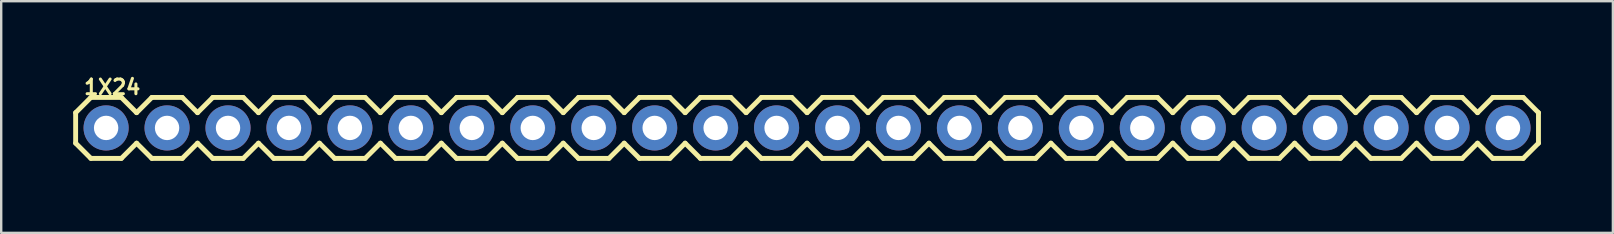
<source format=kicad_pcb>
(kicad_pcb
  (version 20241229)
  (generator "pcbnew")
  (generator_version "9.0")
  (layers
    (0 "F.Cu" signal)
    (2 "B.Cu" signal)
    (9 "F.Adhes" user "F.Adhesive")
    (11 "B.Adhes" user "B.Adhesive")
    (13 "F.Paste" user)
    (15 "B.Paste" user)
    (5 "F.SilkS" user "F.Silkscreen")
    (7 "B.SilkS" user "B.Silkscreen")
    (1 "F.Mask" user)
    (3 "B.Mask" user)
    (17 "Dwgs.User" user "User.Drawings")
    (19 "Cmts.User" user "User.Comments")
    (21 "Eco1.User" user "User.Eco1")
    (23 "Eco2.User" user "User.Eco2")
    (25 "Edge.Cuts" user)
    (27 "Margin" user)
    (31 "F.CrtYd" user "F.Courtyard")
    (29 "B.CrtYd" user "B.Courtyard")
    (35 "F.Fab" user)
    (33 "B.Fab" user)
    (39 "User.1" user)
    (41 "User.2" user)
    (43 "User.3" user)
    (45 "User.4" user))
  (footprint "1X24"
    (layer "F.Cu")
    (at 28.042 2.281)
    (property "Reference" "1X24" (at -26.416 -1.702 0) (layer "F.SilkS") (effects (font (size 0.61 0.61) (thickness 0.127))))
    (attr exclude_from_pos_files exclude_from_bom)
    (fp_line (start -27.94 -0.635) (end -27.94 0.635) (stroke (width 0.203) (type solid)) (layer "F.SilkS"))
    (fp_line (start -27.94 -0.635) (end -27.305 -1.27) (stroke (width 0.203) (type solid)) (layer "F.SilkS"))
    (fp_line (start -27.305 -1.27) (end -26.035 -1.27) (stroke (width 0.203) (type solid)) (layer "F.SilkS"))
    (fp_line (start -27.305 1.27) (end -27.94 0.635) (stroke (width 0.203) (type solid)) (layer "F.SilkS"))
    (fp_line (start -26.035 -1.27) (end -25.4 -0.635) (stroke (width 0.203) (type solid)) (layer "F.SilkS"))
    (fp_line (start -26.035 1.27) (end -27.305 1.27) (stroke (width 0.203) (type solid)) (layer "F.SilkS"))
    (fp_line (start -25.4 -0.635) (end -24.765 -1.27) (stroke (width 0.203) (type solid)) (layer "F.SilkS"))
    (fp_line (start -25.4 0.635) (end -26.035 1.27) (stroke (width 0.203) (type solid)) (layer "F.SilkS"))
    (fp_line (start -24.765 -1.27) (end -23.495 -1.27) (stroke (width 0.203) (type solid)) (layer "F.SilkS"))
    (fp_line (start -24.765 1.27) (end -25.4 0.635) (stroke (width 0.203) (type solid)) (layer "F.SilkS"))
    (fp_line (start -23.495 -1.27) (end -22.86 -0.635) (stroke (width 0.203) (type solid)) (layer "F.SilkS"))
    (fp_line (start -23.495 1.27) (end -24.765 1.27) (stroke (width 0.203) (type solid)) (layer "F.SilkS"))
    (fp_line (start -22.86 0.635) (end -23.495 1.27) (stroke (width 0.203) (type solid)) (layer "F.SilkS"))
    (fp_line (start -22.86 0.635) (end -22.225 1.27) (stroke (width 0.203) (type solid)) (layer "F.SilkS"))
    (fp_line (start -22.225 -1.27) (end -22.86 -0.635) (stroke (width 0.203) (type solid)) (layer "F.SilkS"))
    (fp_line (start -22.225 -1.27) (end -20.955 -1.27) (stroke (width 0.203) (type solid)) (layer "F.SilkS"))
    (fp_line (start -20.955 -1.27) (end -20.32 -0.635) (stroke (width 0.203) (type solid)) (layer "F.SilkS"))
    (fp_line (start -20.955 1.27) (end -22.225 1.27) (stroke (width 0.203) (type solid)) (layer "F.SilkS"))
    (fp_line (start -20.32 -0.635) (end -19.685 -1.27) (stroke (width 0.203) (type solid)) (layer "F.SilkS"))
    (fp_line (start -20.32 0.635) (end -20.955 1.27) (stroke (width 0.203) (type solid)) (layer "F.SilkS"))
    (fp_line (start -19.685 -1.27) (end -18.415 -1.27) (stroke (width 0.203) (type solid)) (layer "F.SilkS"))
    (fp_line (start -19.685 1.27) (end -20.32 0.635) (stroke (width 0.203) (type solid)) (layer "F.SilkS"))
    (fp_line (start -18.415 -1.27) (end -17.78 -0.635) (stroke (width 0.203) (type solid)) (layer "F.SilkS"))
    (fp_line (start -18.415 1.27) (end -19.685 1.27) (stroke (width 0.203) (type solid)) (layer "F.SilkS"))
    (fp_line (start -17.78 -0.635) (end -17.145 -1.27) (stroke (width 0.203) (type solid)) (layer "F.SilkS"))
    (fp_line (start -17.78 0.635) (end -18.415 1.27) (stroke (width 0.203) (type solid)) (layer "F.SilkS"))
    (fp_line (start -17.145 -1.27) (end -15.875 -1.27) (stroke (width 0.203) (type solid)) (layer "F.SilkS"))
    (fp_line (start -17.145 1.27) (end -17.78 0.635) (stroke (width 0.203) (type solid)) (layer "F.SilkS"))
    (fp_line (start -15.875 -1.27) (end -15.24 -0.635) (stroke (width 0.203) (type solid)) (layer "F.SilkS"))
    (fp_line (start -15.875 1.27) (end -17.145 1.27) (stroke (width 0.203) (type solid)) (layer "F.SilkS"))
    (fp_line (start -15.24 0.635) (end -15.875 1.27) (stroke (width 0.203) (type solid)) (layer "F.SilkS"))
    (fp_line (start -15.24 0.635) (end -14.605 1.27) (stroke (width 0.203) (type solid)) (layer "F.SilkS"))
    (fp_line (start -14.605 -1.27) (end -15.24 -0.635) (stroke (width 0.203) (type solid)) (layer "F.SilkS"))
    (fp_line (start -14.605 -1.27) (end -13.335 -1.27) (stroke (width 0.203) (type solid)) (layer "F.SilkS"))
    (fp_line (start -13.335 -1.27) (end -12.7 -0.635) (stroke (width 0.203) (type solid)) (layer "F.SilkS"))
    (fp_line (start -13.335 1.27) (end -14.605 1.27) (stroke (width 0.203) (type solid)) (layer "F.SilkS"))
    (fp_line (start -12.7 0.635) (end -13.335 1.27) (stroke (width 0.203) (type solid)) (layer "F.SilkS"))
    (fp_line (start -12.7 0.635) (end -12.065 1.27) (stroke (width 0.203) (type solid)) (layer "F.SilkS"))
    (fp_line (start -12.065 -1.27) (end -12.7 -0.635) (stroke (width 0.203) (type solid)) (layer "F.SilkS"))
    (fp_line (start -12.065 -1.27) (end -10.795 -1.27) (stroke (width 0.203) (type solid)) (layer "F.SilkS"))
    (fp_line (start -10.795 -1.27) (end -10.16 -0.635) (stroke (width 0.203) (type solid)) (layer "F.SilkS"))
    (fp_line (start -10.795 1.27) (end -12.065 1.27) (stroke (width 0.203) (type solid)) (layer "F.SilkS"))
    (fp_line (start -10.16 -0.635) (end -9.525 -1.27) (stroke (width 0.203) (type solid)) (layer "F.SilkS"))
    (fp_line (start -10.16 0.635) (end -10.795 1.27) (stroke (width 0.203) (type solid)) (layer "F.SilkS"))
    (fp_line (start -9.525 -1.27) (end -8.255 -1.27) (stroke (width 0.203) (type solid)) (layer "F.SilkS"))
    (fp_line (start -9.525 1.27) (end -10.16 0.635) (stroke (width 0.203) (type solid)) (layer "F.SilkS"))
    (fp_line (start -8.255 -1.27) (end -7.62 -0.635) (stroke (width 0.203) (type solid)) (layer "F.SilkS"))
    (fp_line (start -8.255 1.27) (end -9.525 1.27) (stroke (width 0.203) (type solid)) (layer "F.SilkS"))
    (fp_line (start -7.62 -0.635) (end -6.985 -1.27) (stroke (width 0.203) (type solid)) (layer "F.SilkS"))
    (fp_line (start -7.62 0.635) (end -8.255 1.27) (stroke (width 0.203) (type solid)) (layer "F.SilkS"))
    (fp_line (start -6.985 -1.27) (end -5.715 -1.27) (stroke (width 0.203) (type solid)) (layer "F.SilkS"))
    (fp_line (start -6.985 1.27) (end -7.62 0.635) (stroke (width 0.203) (type solid)) (layer "F.SilkS"))
    (fp_line (start -5.715 -1.27) (end -5.08 -0.635) (stroke (width 0.203) (type solid)) (layer "F.SilkS"))
    (fp_line (start -5.715 1.27) (end -6.985 1.27) (stroke (width 0.203) (type solid)) (layer "F.SilkS"))
    (fp_line (start -5.08 0.635) (end -5.715 1.27) (stroke (width 0.203) (type solid)) (layer "F.SilkS"))
    (fp_line (start -5.08 0.635) (end -4.445 1.27) (stroke (width 0.203) (type solid)) (layer "F.SilkS"))
    (fp_line (start -4.445 -1.27) (end -5.08 -0.635) (stroke (width 0.203) (type solid)) (layer "F.SilkS"))
    (fp_line (start -4.445 -1.27) (end -3.175 -1.27) (stroke (width 0.203) (type solid)) (layer "F.SilkS"))
    (fp_line (start -3.175 -1.27) (end -2.54 -0.635) (stroke (width 0.203) (type solid)) (layer "F.SilkS"))
    (fp_line (start -3.175 1.27) (end -4.445 1.27) (stroke (width 0.203) (type solid)) (layer "F.SilkS"))
    (fp_line (start -2.54 -0.635) (end -1.905 -1.27) (stroke (width 0.203) (type solid)) (layer "F.SilkS"))
    (fp_line (start -2.54 0.635) (end -3.175 1.27) (stroke (width 0.203) (type solid)) (layer "F.SilkS"))
    (fp_line (start -1.905 -1.27) (end -0.635 -1.27) (stroke (width 0.203) (type solid)) (layer "F.SilkS"))
    (fp_line (start -1.905 1.27) (end -2.54 0.635) (stroke (width 0.203) (type solid)) (layer "F.SilkS"))
    (fp_line (start -0.635 -1.27) (end 0 -0.635) (stroke (width 0.203) (type solid)) (layer "F.SilkS"))
    (fp_line (start -0.635 1.27) (end -1.905 1.27) (stroke (width 0.203) (type solid)) (layer "F.SilkS"))
    (fp_line (start 0 -0.635) (end 0.635 -1.27) (stroke (width 0.203) (type solid)) (layer "F.SilkS"))
    (fp_line (start 0 0.635) (end -0.635 1.27) (stroke (width 0.203) (type solid)) (layer "F.SilkS"))
    (fp_line (start 0.635 -1.27) (end 1.905 -1.27) (stroke (width 0.203) (type solid)) (layer "F.SilkS"))
    (fp_line (start 0.635 1.27) (end 0 0.635) (stroke (width 0.203) (type solid)) (layer "F.SilkS"))
    (fp_line (start 1.905 -1.27) (end 2.54 -0.635) (stroke (width 0.203) (type solid)) (layer "F.SilkS"))
    (fp_line (start 1.905 1.27) (end 0.635 1.27) (stroke (width 0.203) (type solid)) (layer "F.SilkS"))
    (fp_line (start 2.54 0.635) (end 1.905 1.27) (stroke (width 0.203) (type solid)) (layer "F.SilkS"))
    (fp_line (start 2.54 0.635) (end 3.175 1.27) (stroke (width 0.203) (type solid)) (layer "F.SilkS"))
    (fp_line (start 3.175 -1.27) (end 2.54 -0.635) (stroke (width 0.203) (type solid)) (layer "F.SilkS"))
    (fp_line (start 3.175 -1.27) (end 4.445 -1.27) (stroke (width 0.203) (type solid)) (layer "F.SilkS"))
    (fp_line (start 4.445 -1.27) (end 5.08 -0.635) (stroke (width 0.203) (type solid)) (layer "F.SilkS"))
    (fp_line (start 4.445 1.27) (end 3.175 1.27) (stroke (width 0.203) (type solid)) (layer "F.SilkS"))
    (fp_line (start 5.08 0.635) (end 4.445 1.27) (stroke (width 0.203) (type solid)) (layer "F.SilkS"))
    (fp_line (start 5.08 0.635) (end 5.715 1.27) (stroke (width 0.203) (type solid)) (layer "F.SilkS"))
    (fp_line (start 5.715 -1.27) (end 5.08 -0.635) (stroke (width 0.203) (type solid)) (layer "F.SilkS"))
    (fp_line (start 5.715 -1.27) (end 6.985 -1.27) (stroke (width 0.203) (type solid)) (layer "F.SilkS"))
    (fp_line (start 6.985 -1.27) (end 7.62 -0.635) (stroke (width 0.203) (type solid)) (layer "F.SilkS"))
    (fp_line (start 6.985 1.27) (end 5.715 1.27) (stroke (width 0.203) (type solid)) (layer "F.SilkS"))
    (fp_line (start 7.62 0.635) (end 6.985 1.27) (stroke (width 0.203) (type solid)) (layer "F.SilkS"))
    (fp_line (start 7.62 0.635) (end 8.255 1.27) (stroke (width 0.203) (type solid)) (layer "F.SilkS"))
    (fp_line (start 8.255 -1.27) (end 7.62 -0.635) (stroke (width 0.203) (type solid)) (layer "F.SilkS"))
    (fp_line (start 8.255 -1.27) (end 9.525 -1.27) (stroke (width 0.203) (type solid)) (layer "F.SilkS"))
    (fp_line (start 9.525 -1.27) (end 10.16 -0.635) (stroke (width 0.203) (type solid)) (layer "F.SilkS"))
    (fp_line (start 9.525 1.27) (end 8.255 1.27) (stroke (width 0.203) (type solid)) (layer "F.SilkS"))
    (fp_line (start 10.16 0.635) (end 9.525 1.27) (stroke (width 0.203) (type solid)) (layer "F.SilkS"))
    (fp_line (start 10.16 0.635) (end 10.795 1.27) (stroke (width 0.203) (type solid)) (layer "F.SilkS"))
    (fp_line (start 10.795 -1.27) (end 10.16 -0.635) (stroke (width 0.203) (type solid)) (layer "F.SilkS"))
    (fp_line (start 10.795 -1.27) (end 12.065 -1.27) (stroke (width 0.203) (type solid)) (layer "F.SilkS"))
    (fp_line (start 12.065 -1.27) (end 12.7 -0.635) (stroke (width 0.203) (type solid)) (layer "F.SilkS"))
    (fp_line (start 12.065 1.27) (end 10.795 1.27) (stroke (width 0.203) (type solid)) (layer "F.SilkS"))
    (fp_line (start 12.7 0.635) (end 12.065 1.27) (stroke (width 0.203) (type solid)) (layer "F.SilkS"))
    (fp_line (start 12.7 0.635) (end 13.335 1.27) (stroke (width 0.203) (type solid)) (layer "F.SilkS"))
    (fp_line (start 13.335 -1.27) (end 12.7 -0.635) (stroke (width 0.203) (type solid)) (layer "F.SilkS"))
    (fp_line (start 13.335 -1.27) (end 14.605 -1.27) (stroke (width 0.203) (type solid)) (layer "F.SilkS"))
    (fp_line (start 14.605 -1.27) (end 15.24 -0.635) (stroke (width 0.203) (type solid)) (layer "F.SilkS"))
    (fp_line (start 14.605 1.27) (end 13.335 1.27) (stroke (width 0.203) (type solid)) (layer "F.SilkS"))
    (fp_line (start 15.24 0.635) (end 14.605 1.27) (stroke (width 0.203) (type solid)) (layer "F.SilkS"))
    (fp_line (start 15.24 0.635) (end 15.875 1.27) (stroke (width 0.203) (type solid)) (layer "F.SilkS"))
    (fp_line (start 15.875 -1.27) (end 15.24 -0.635) (stroke (width 0.203) (type solid)) (layer "F.SilkS"))
    (fp_line (start 15.875 -1.27) (end 17.145 -1.27) (stroke (width 0.203) (type solid)) (layer "F.SilkS"))
    (fp_line (start 17.145 -1.27) (end 17.78 -0.635) (stroke (width 0.203) (type solid)) (layer "F.SilkS"))
    (fp_line (start 17.145 1.27) (end 15.875 1.27) (stroke (width 0.203) (type solid)) (layer "F.SilkS"))
    (fp_line (start 17.78 0.635) (end 17.145 1.27) (stroke (width 0.203) (type solid)) (layer "F.SilkS"))
    (fp_line (start 17.78 0.635) (end 18.415 1.27) (stroke (width 0.203) (type solid)) (layer "F.SilkS"))
    (fp_line (start 18.415 -1.27) (end 17.78 -0.635) (stroke (width 0.203) (type solid)) (layer "F.SilkS"))
    (fp_line (start 18.415 -1.27) (end 19.685 -1.27) (stroke (width 0.203) (type solid)) (layer "F.SilkS"))
    (fp_line (start 19.685 -1.27) (end 20.32 -0.635) (stroke (width 0.203) (type solid)) (layer "F.SilkS"))
    (fp_line (start 19.685 1.27) (end 18.415 1.27) (stroke (width 0.203) (type solid)) (layer "F.SilkS"))
    (fp_line (start 20.32 0.635) (end 19.685 1.27) (stroke (width 0.203) (type solid)) (layer "F.SilkS"))
    (fp_line (start 20.32 0.635) (end 20.955 1.27) (stroke (width 0.203) (type solid)) (layer "F.SilkS"))
    (fp_line (start 20.955 -1.27) (end 20.32 -0.635) (stroke (width 0.203) (type solid)) (layer "F.SilkS"))
    (fp_line (start 20.955 -1.27) (end 22.225 -1.27) (stroke (width 0.203) (type solid)) (layer "F.SilkS"))
    (fp_line (start 22.225 -1.27) (end 22.86 -0.635) (stroke (width 0.203) (type solid)) (layer "F.SilkS"))
    (fp_line (start 22.225 1.27) (end 20.955 1.27) (stroke (width 0.203) (type solid)) (layer "F.SilkS"))
    (fp_line (start 22.86 0.635) (end 22.225 1.27) (stroke (width 0.203) (type solid)) (layer "F.SilkS"))
    (fp_line (start 22.86 0.635) (end 23.495 1.27) (stroke (width 0.203) (type solid)) (layer "F.SilkS"))
    (fp_line (start 23.495 -1.27) (end 22.86 -0.635) (stroke (width 0.203) (type solid)) (layer "F.SilkS"))
    (fp_line (start 23.495 -1.27) (end 24.765 -1.27) (stroke (width 0.203) (type solid)) (layer "F.SilkS"))
    (fp_line (start 24.765 -1.27) (end 25.4 -0.635) (stroke (width 0.203) (type solid)) (layer "F.SilkS"))
    (fp_line (start 24.765 1.27) (end 23.495 1.27) (stroke (width 0.203) (type solid)) (layer "F.SilkS"))
    (fp_line (start 25.4 0.635) (end 24.765 1.27) (stroke (width 0.203) (type solid)) (layer "F.SilkS"))
    (fp_line (start 25.4 0.635) (end 26.035 1.27) (stroke (width 0.203) (type solid)) (layer "F.SilkS"))
    (fp_line (start 26.035 -1.27) (end 25.4 -0.635) (stroke (width 0.203) (type solid)) (layer "F.SilkS"))
    (fp_line (start 26.035 -1.27) (end 27.305 -1.27) (stroke (width 0.203) (type solid)) (layer "F.SilkS"))
    (fp_line (start 27.305 -1.27) (end 27.94 -0.635) (stroke (width 0.203) (type solid)) (layer "F.SilkS"))
    (fp_line (start 27.305 1.27) (end 26.035 1.27) (stroke (width 0.203) (type solid)) (layer "F.SilkS"))
    (fp_line (start 27.94 0.635) (end 27.305 1.27) (stroke (width 0.203) (type solid)) (layer "F.SilkS"))
    (fp_line (start 27.94 0.635) (end 28.575 1.27) (stroke (width 0.203) (type solid)) (layer "F.SilkS"))
    (fp_line (start 28.575 -1.27) (end 27.94 -0.635) (stroke (width 0.203) (type solid)) (layer "F.SilkS"))
    (fp_line (start 28.575 -1.27) (end 29.845 -1.27) (stroke (width 0.203) (type solid)) (layer "F.SilkS"))
    (fp_line (start 29.845 -1.27) (end 30.48 -0.635) (stroke (width 0.203) (type solid)) (layer "F.SilkS"))
    (fp_line (start 29.845 1.27) (end 28.575 1.27) (stroke (width 0.203) (type solid)) (layer "F.SilkS"))
    (fp_line (start 30.48 0.635) (end 29.845 1.27) (stroke (width 0.203) (type solid)) (layer "F.SilkS"))
    (fp_line (start 30.48 0.635) (end 31.115 1.27) (stroke (width 0.203) (type solid)) (layer "F.SilkS"))
    (fp_line (start 31.115 -1.27) (end 30.48 -0.635) (stroke (width 0.203) (type solid)) (layer "F.SilkS"))
    (fp_line (start 31.115 -1.27) (end 32.385 -1.27) (stroke (width 0.203) (type solid)) (layer "F.SilkS"))
    (fp_line (start 32.385 -1.27) (end 33.02 -0.635) (stroke (width 0.203) (type solid)) (layer "F.SilkS"))
    (fp_line (start 32.385 1.27) (end 31.115 1.27) (stroke (width 0.203) (type solid)) (layer "F.SilkS"))
    (fp_line (start 33.02 -0.635) (end 33.02 0.635) (stroke (width 0.203) (type solid)) (layer "F.SilkS"))
    (fp_line (start 33.02 0.635) (end 32.385 1.27) (stroke (width 0.203) (type solid)) (layer "F.SilkS"))
    (fp_line (start -26.924 -0.254) (end -26.416 -0.254) (stroke (width 0.066) (type solid)) (layer "Dwgs.User"))
    (fp_line (start -26.924 0.254) (end -26.924 -0.254) (stroke (width 0.066) (type solid)) (layer "Dwgs.User"))
    (fp_line (start -26.924 0.254) (end -26.416 0.254) (stroke (width 0.066) (type solid)) (layer "Dwgs.User"))
    (fp_line (start -26.416 0.254) (end -26.416 -0.254) (stroke (width 0.066) (type solid)) (layer "Dwgs.User"))
    (fp_line (start -24.384 -0.254) (end -23.876 -0.254) (stroke (width 0.066) (type solid)) (layer "Dwgs.User"))
    (fp_line (start -24.384 0.254) (end -24.384 -0.254) (stroke (width 0.066) (type solid)) (layer "Dwgs.User"))
    (fp_line (start -24.384 0.254) (end -23.876 0.254) (stroke (width 0.066) (type solid)) (layer "Dwgs.User"))
    (fp_line (start -23.876 0.254) (end -23.876 -0.254) (stroke (width 0.066) (type solid)) (layer "Dwgs.User"))
    (fp_line (start -21.844 -0.254) (end -21.336 -0.254) (stroke (width 0.066) (type solid)) (layer "Dwgs.User"))
    (fp_line (start -21.844 0.254) (end -21.844 -0.254) (stroke (width 0.066) (type solid)) (layer "Dwgs.User"))
    (fp_line (start -21.844 0.254) (end -21.336 0.254) (stroke (width 0.066) (type solid)) (layer "Dwgs.User"))
    (fp_line (start -21.336 0.254) (end -21.336 -0.254) (stroke (width 0.066) (type solid)) (layer "Dwgs.User"))
    (fp_line (start -19.304 -0.254) (end -18.796 -0.254) (stroke (width 0.066) (type solid)) (layer "Dwgs.User"))
    (fp_line (start -19.304 0.254) (end -19.304 -0.254) (stroke (width 0.066) (type solid)) (layer "Dwgs.User"))
    (fp_line (start -19.304 0.254) (end -18.796 0.254) (stroke (width 0.066) (type solid)) (layer "Dwgs.User"))
    (fp_line (start -18.796 0.254) (end -18.796 -0.254) (stroke (width 0.066) (type solid)) (layer "Dwgs.User"))
    (fp_line (start -16.764 -0.254) (end -16.256 -0.254) (stroke (width 0.066) (type solid)) (layer "Dwgs.User"))
    (fp_line (start -16.764 0.254) (end -16.764 -0.254) (stroke (width 0.066) (type solid)) (layer "Dwgs.User"))
    (fp_line (start -16.764 0.254) (end -16.256 0.254) (stroke (width 0.066) (type solid)) (layer "Dwgs.User"))
    (fp_line (start -16.256 0.254) (end -16.256 -0.254) (stroke (width 0.066) (type solid)) (layer "Dwgs.User"))
    (fp_line (start -14.224 -0.254) (end -13.716 -0.254) (stroke (width 0.066) (type solid)) (layer "Dwgs.User"))
    (fp_line (start -14.224 0.254) (end -14.224 -0.254) (stroke (width 0.066) (type solid)) (layer "Dwgs.User"))
    (fp_line (start -14.224 0.254) (end -13.716 0.254) (stroke (width 0.066) (type solid)) (layer "Dwgs.User"))
    (fp_line (start -13.716 0.254) (end -13.716 -0.254) (stroke (width 0.066) (type solid)) (layer "Dwgs.User"))
    (fp_line (start -11.684 -0.254) (end -11.176 -0.254) (stroke (width 0.066) (type solid)) (layer "Dwgs.User"))
    (fp_line (start -11.684 0.254) (end -11.684 -0.254) (stroke (width 0.066) (type solid)) (layer "Dwgs.User"))
    (fp_line (start -11.684 0.254) (end -11.176 0.254) (stroke (width 0.066) (type solid)) (layer "Dwgs.User"))
    (fp_line (start -11.176 0.254) (end -11.176 -0.254) (stroke (width 0.066) (type solid)) (layer "Dwgs.User"))
    (fp_line (start -9.144 -0.254) (end -8.636 -0.254) (stroke (width 0.066) (type solid)) (layer "Dwgs.User"))
    (fp_line (start -9.144 0.254) (end -9.144 -0.254) (stroke (width 0.066) (type solid)) (layer "Dwgs.User"))
    (fp_line (start -9.144 0.254) (end -8.636 0.254) (stroke (width 0.066) (type solid)) (layer "Dwgs.User"))
    (fp_line (start -8.636 0.254) (end -8.636 -0.254) (stroke (width 0.066) (type solid)) (layer "Dwgs.User"))
    (fp_line (start -6.604 -0.254) (end -6.096 -0.254) (stroke (width 0.066) (type solid)) (layer "Dwgs.User"))
    (fp_line (start -6.604 0.254) (end -6.604 -0.254) (stroke (width 0.066) (type solid)) (layer "Dwgs.User"))
    (fp_line (start -6.604 0.254) (end -6.096 0.254) (stroke (width 0.066) (type solid)) (layer "Dwgs.User"))
    (fp_line (start -6.096 0.254) (end -6.096 -0.254) (stroke (width 0.066) (type solid)) (layer "Dwgs.User"))
    (fp_line (start -4.064 -0.254) (end -3.556 -0.254) (stroke (width 0.066) (type solid)) (layer "Dwgs.User"))
    (fp_line (start -4.064 0.254) (end -4.064 -0.254) (stroke (width 0.066) (type solid)) (layer "Dwgs.User"))
    (fp_line (start -4.064 0.254) (end -3.556 0.254) (stroke (width 0.066) (type solid)) (layer "Dwgs.User"))
    (fp_line (start -3.556 0.254) (end -3.556 -0.254) (stroke (width 0.066) (type solid)) (layer "Dwgs.User"))
    (fp_line (start -1.524 -0.254) (end -1.016 -0.254) (stroke (width 0.066) (type solid)) (layer "Dwgs.User"))
    (fp_line (start -1.524 0.254) (end -1.524 -0.254) (stroke (width 0.066) (type solid)) (layer "Dwgs.User"))
    (fp_line (start -1.524 0.254) (end -1.016 0.254) (stroke (width 0.066) (type solid)) (layer "Dwgs.User"))
    (fp_line (start -1.016 0.254) (end -1.016 -0.254) (stroke (width 0.066) (type solid)) (layer "Dwgs.User"))
    (fp_line (start 1.016 -0.254) (end 1.524 -0.254) (stroke (width 0.066) (type solid)) (layer "Dwgs.User"))
    (fp_line (start 1.016 0.254) (end 1.016 -0.254) (stroke (width 0.066) (type solid)) (layer "Dwgs.User"))
    (fp_line (start 1.016 0.254) (end 1.524 0.254) (stroke (width 0.066) (type solid)) (layer "Dwgs.User"))
    (fp_line (start 1.524 0.254) (end 1.524 -0.254) (stroke (width 0.066) (type solid)) (layer "Dwgs.User"))
    (fp_line (start 3.556 -0.254) (end 4.064 -0.254) (stroke (width 0.066) (type solid)) (layer "Dwgs.User"))
    (fp_line (start 3.556 0.254) (end 3.556 -0.254) (stroke (width 0.066) (type solid)) (layer "Dwgs.User"))
    (fp_line (start 3.556 0.254) (end 4.064 0.254) (stroke (width 0.066) (type solid)) (layer "Dwgs.User"))
    (fp_line (start 4.064 0.254) (end 4.064 -0.254) (stroke (width 0.066) (type solid)) (layer "Dwgs.User"))
    (fp_line (start 6.096 -0.254) (end 6.604 -0.254) (stroke (width 0.066) (type solid)) (layer "Dwgs.User"))
    (fp_line (start 6.096 0.254) (end 6.096 -0.254) (stroke (width 0.066) (type solid)) (layer "Dwgs.User"))
    (fp_line (start 6.096 0.254) (end 6.604 0.254) (stroke (width 0.066) (type solid)) (layer "Dwgs.User"))
    (fp_line (start 6.604 0.254) (end 6.604 -0.254) (stroke (width 0.066) (type solid)) (layer "Dwgs.User"))
    (fp_line (start 8.636 -0.254) (end 9.144 -0.254) (stroke (width 0.066) (type solid)) (layer "Dwgs.User"))
    (fp_line (start 8.636 0.254) (end 8.636 -0.254) (stroke (width 0.066) (type solid)) (layer "Dwgs.User"))
    (fp_line (start 8.636 0.254) (end 9.144 0.254) (stroke (width 0.066) (type solid)) (layer "Dwgs.User"))
    (fp_line (start 9.144 0.254) (end 9.144 -0.254) (stroke (width 0.066) (type solid)) (layer "Dwgs.User"))
    (fp_line (start 11.176 -0.254) (end 11.684 -0.254) (stroke (width 0.066) (type solid)) (layer "Dwgs.User"))
    (fp_line (start 11.176 0.254) (end 11.176 -0.254) (stroke (width 0.066) (type solid)) (layer "Dwgs.User"))
    (fp_line (start 11.176 0.254) (end 11.684 0.254) (stroke (width 0.066) (type solid)) (layer "Dwgs.User"))
    (fp_line (start 11.684 0.254) (end 11.684 -0.254) (stroke (width 0.066) (type solid)) (layer "Dwgs.User"))
    (fp_line (start 13.716 -0.254) (end 14.224 -0.254) (stroke (width 0.066) (type solid)) (layer "Dwgs.User"))
    (fp_line (start 13.716 0.254) (end 13.716 -0.254) (stroke (width 0.066) (type solid)) (layer "Dwgs.User"))
    (fp_line (start 13.716 0.254) (end 14.224 0.254) (stroke (width 0.066) (type solid)) (layer "Dwgs.User"))
    (fp_line (start 14.224 0.254) (end 14.224 -0.254) (stroke (width 0.066) (type solid)) (layer "Dwgs.User"))
    (fp_line (start 16.256 -0.254) (end 16.764 -0.254) (stroke (width 0.066) (type solid)) (layer "Dwgs.User"))
    (fp_line (start 16.256 0.254) (end 16.256 -0.254) (stroke (width 0.066) (type solid)) (layer "Dwgs.User"))
    (fp_line (start 16.256 0.254) (end 16.764 0.254) (stroke (width 0.066) (type solid)) (layer "Dwgs.User"))
    (fp_line (start 16.764 0.254) (end 16.764 -0.254) (stroke (width 0.066) (type solid)) (layer "Dwgs.User"))
    (fp_line (start 18.796 -0.254) (end 19.304 -0.254) (stroke (width 0.066) (type solid)) (layer "Dwgs.User"))
    (fp_line (start 18.796 0.254) (end 18.796 -0.254) (stroke (width 0.066) (type solid)) (layer "Dwgs.User"))
    (fp_line (start 18.796 0.254) (end 19.304 0.254) (stroke (width 0.066) (type solid)) (layer "Dwgs.User"))
    (fp_line (start 19.304 0.254) (end 19.304 -0.254) (stroke (width 0.066) (type solid)) (layer "Dwgs.User"))
    (fp_line (start 21.336 -0.254) (end 21.844 -0.254) (stroke (width 0.066) (type solid)) (layer "Dwgs.User"))
    (fp_line (start 21.336 0.254) (end 21.336 -0.254) (stroke (width 0.066) (type solid)) (layer "Dwgs.User"))
    (fp_line (start 21.336 0.254) (end 21.844 0.254) (stroke (width 0.066) (type solid)) (layer "Dwgs.User"))
    (fp_line (start 21.844 0.254) (end 21.844 -0.254) (stroke (width 0.066) (type solid)) (layer "Dwgs.User"))
    (fp_line (start 23.876 -0.254) (end 24.384 -0.254) (stroke (width 0.066) (type solid)) (layer "Dwgs.User"))
    (fp_line (start 23.876 0.254) (end 23.876 -0.254) (stroke (width 0.066) (type solid)) (layer "Dwgs.User"))
    (fp_line (start 23.876 0.254) (end 24.384 0.254) (stroke (width 0.066) (type solid)) (layer "Dwgs.User"))
    (fp_line (start 24.384 0.254) (end 24.384 -0.254) (stroke (width 0.066) (type solid)) (layer "Dwgs.User"))
    (fp_line (start 26.416 -0.254) (end 26.924 -0.254) (stroke (width 0.066) (type solid)) (layer "Dwgs.User"))
    (fp_line (start 26.416 0.254) (end 26.416 -0.254) (stroke (width 0.066) (type solid)) (layer "Dwgs.User"))
    (fp_line (start 26.416 0.254) (end 26.924 0.254) (stroke (width 0.066) (type solid)) (layer "Dwgs.User"))
    (fp_line (start 26.924 0.254) (end 26.924 -0.254) (stroke (width 0.066) (type solid)) (layer "Dwgs.User"))
    (fp_line (start 28.953 -0.254) (end 29.464 -0.254) (stroke (width 0.066) (type solid)) (layer "Dwgs.User"))
    (fp_line (start 28.953 0.254) (end 28.953 -0.254) (stroke (width 0.066) (type solid)) (layer "Dwgs.User"))
    (fp_line (start 28.953 0.254) (end 29.464 0.254) (stroke (width 0.066) (type solid)) (layer "Dwgs.User"))
    (fp_line (start 29.464 0.254) (end 29.464 -0.254) (stroke (width 0.066) (type solid)) (layer "Dwgs.User"))
    (fp_line (start 31.496 -0.254) (end 32.004 -0.254) (stroke (width 0.066) (type solid)) (layer "Dwgs.User"))
    (fp_line (start 31.496 0.254) (end 31.496 -0.254) (stroke (width 0.066) (type solid)) (layer "Dwgs.User"))
    (fp_line (start 31.496 0.254) (end 32.004 0.254) (stroke (width 0.066) (type solid)) (layer "Dwgs.User"))
    (fp_line (start 32.004 0.254) (end 32.004 -0.254) (stroke (width 0.066) (type solid)) (layer "Dwgs.User"))
    (pad "2" thru_hole circle (at -26.67 0) (size 1.88 1.88) (drill 1.016) (layers "*.Cu" "*.Paste" "*.Mask"))
    (pad "3" thru_hole circle (at -24.13 0) (size 1.88 1.88) (drill 1.016) (layers "*.Cu" "*.Paste" "*.Mask"))
    (pad "4" thru_hole circle (at -21.59 0) (size 1.88 1.88) (drill 1.016) (layers "*.Cu" "*.Paste" "*.Mask"))
    (pad "5" thru_hole circle (at -19.05 0) (size 1.88 1.88) (drill 1.016) (layers "*.Cu" "*.Paste" "*.Mask"))
    (pad "6" thru_hole circle (at -16.51 0) (size 1.88 1.88) (drill 1.016) (layers "*.Cu" "*.Paste" "*.Mask"))
    (pad "7" thru_hole circle (at -13.97 0) (size 1.88 1.88) (drill 1.016) (layers "*.Cu" "*.Paste" "*.Mask"))
    (pad "8" thru_hole circle (at -11.43 0) (size 1.88 1.88) (drill 1.016) (layers "*.Cu" "*.Paste" "*.Mask"))
    (pad "9" thru_hole circle (at -8.89 0) (size 1.88 1.88) (drill 1.016) (layers "*.Cu" "*.Paste" "*.Mask"))
    (pad "10" thru_hole circle (at -6.35 0) (size 1.88 1.88) (drill 1.016) (layers "*.Cu" "*.Paste" "*.Mask"))
    (pad "11" thru_hole circle (at -3.81 0) (size 1.88 1.88) (drill 1.016) (layers "*.Cu" "*.Paste" "*.Mask"))
    (pad "12" thru_hole circle (at -1.27 0) (size 1.88 1.88) (drill 1.016) (layers "*.Cu" "*.Paste" "*.Mask"))
    (pad "13" thru_hole circle (at 1.27 0) (size 1.88 1.88) (drill 1.016) (layers "*.Cu" "*.Paste" "*.Mask"))
    (pad "14" thru_hole circle (at 3.81 0) (size 1.88 1.88) (drill 1.016) (layers "*.Cu" "*.Paste" "*.Mask"))
    (pad "15" thru_hole circle (at 6.35 0) (size 1.88 1.88) (drill 1.016) (layers "*.Cu" "*.Paste" "*.Mask"))
    (pad "16" thru_hole circle (at 8.89 0) (size 1.88 1.88) (drill 1.016) (layers "*.Cu" "*.Paste" "*.Mask"))
    (pad "17" thru_hole circle (at 11.43 0) (size 1.88 1.88) (drill 1.016) (layers "*.Cu" "*.Paste" "*.Mask"))
    (pad "18" thru_hole circle (at 13.97 0) (size 1.88 1.88) (drill 1.016) (layers "*.Cu" "*.Paste" "*.Mask"))
    (pad "19" thru_hole circle (at 16.51 0) (size 1.88 1.88) (drill 1.016) (layers "*.Cu" "*.Paste" "*.Mask"))
    (pad "20" thru_hole circle (at 19.05 0) (size 1.88 1.88) (drill 1.016) (layers "*.Cu" "*.Paste" "*.Mask"))
    (pad "21" thru_hole circle (at 21.59 0) (size 1.88 1.88) (drill 1.016) (layers "*.Cu" "*.Paste" "*.Mask"))
    (pad "22" thru_hole circle (at 24.13 0) (size 1.88 1.88) (drill 1.016) (layers "*.Cu" "*.Paste" "*.Mask"))
    (pad "23" thru_hole circle (at 26.67 0) (size 1.88 1.88) (drill 1.016) (layers "*.Cu" "*.Paste" "*.Mask"))
    (pad "24" thru_hole circle (at 29.21 0) (size 1.88 1.88) (drill 1.016) (layers "*.Cu" "*.Paste" "*.Mask"))
    (pad "25" thru_hole circle (at 31.75 0) (size 1.88 1.88) (drill 1.016) (layers "*.Cu" "*.Paste" "*.Mask")))
  (gr_rect
    (start -3 -3)
    (end 64.163 6.653)
    (stroke (width 0.1) (type default))
    (fill no)
    (layer "Edge.Cuts")))
</source>
